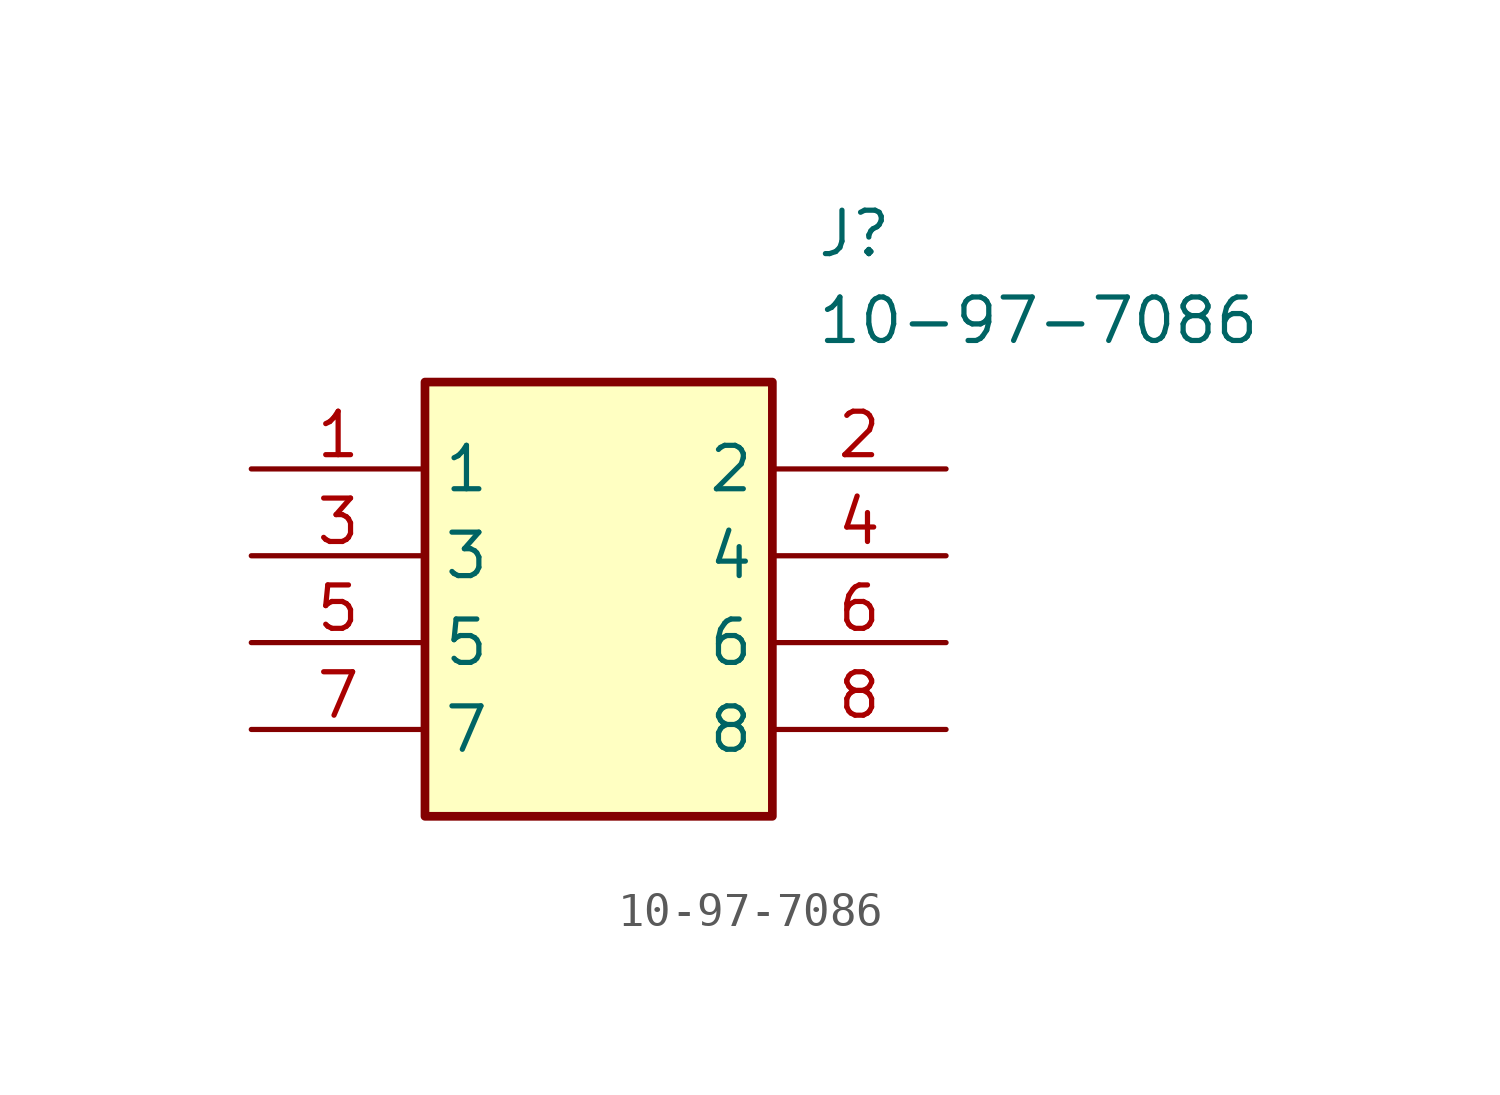
<source format=kicad_sym>
(kicad_symbol_lib
  (version 20211014)
  (generator SamacSys_ECAD_Model)
  (symbol "10-97-7086"
    (property "Reference" "J"
      (at 16.51 7.62 0)
      (effects (font (size 1.27 1.27)) (justify left top)))
    (property "Value" "10-97-7086"
      (at 16.51 5.08 0)
      (effects (font (size 1.27 1.27)) (justify left top)))
    (rectangle
      (start 5.08 2.54)
      (end 15.24 -10.16)
      (stroke (width 0.254) (type default))
      (fill (type background)))
    (pin passive line
      (at 0 0 0)
      (length 5.08)
      (name "1" (effects (font (size 1.27 1.27))))
      (number "1" (effects (font (size 1.27 1.27)))))
    (pin passive line
      (at 0 -2.54 0)
      (length 5.08)
      (name "3" (effects (font (size 1.27 1.27))))
      (number "3" (effects (font (size 1.27 1.27)))))
    (pin passive line
      (at 0 -5.08 0)
      (length 5.08)
      (name "5" (effects (font (size 1.27 1.27))))
      (number "5" (effects (font (size 1.27 1.27)))))
    (pin passive line
      (at 0 -7.62 0)
      (length 5.08)
      (name "7" (effects (font (size 1.27 1.27))))
      (number "7" (effects (font (size 1.27 1.27)))))
    (pin passive line
      (at 20.32 0 180)
      (length 5.08)
      (name "2" (effects (font (size 1.27 1.27))))
      (number "2" (effects (font (size 1.27 1.27)))))
    (pin passive line
      (at 20.32 -2.54 180)
      (length 5.08)
      (name "4" (effects (font (size 1.27 1.27))))
      (number "4" (effects (font (size 1.27 1.27)))))
    (pin passive line
      (at 20.32 -5.08 180)
      (length 5.08)
      (name "6" (effects (font (size 1.27 1.27))))
      (number "6" (effects (font (size 1.27 1.27)))))
    (pin passive line
      (at 20.32 -7.62 180)
      (length 5.08)
      (name "8" (effects (font (size 1.27 1.27))))
      (number "8" (effects (font (size 1.27 1.27)))))))
</source>
